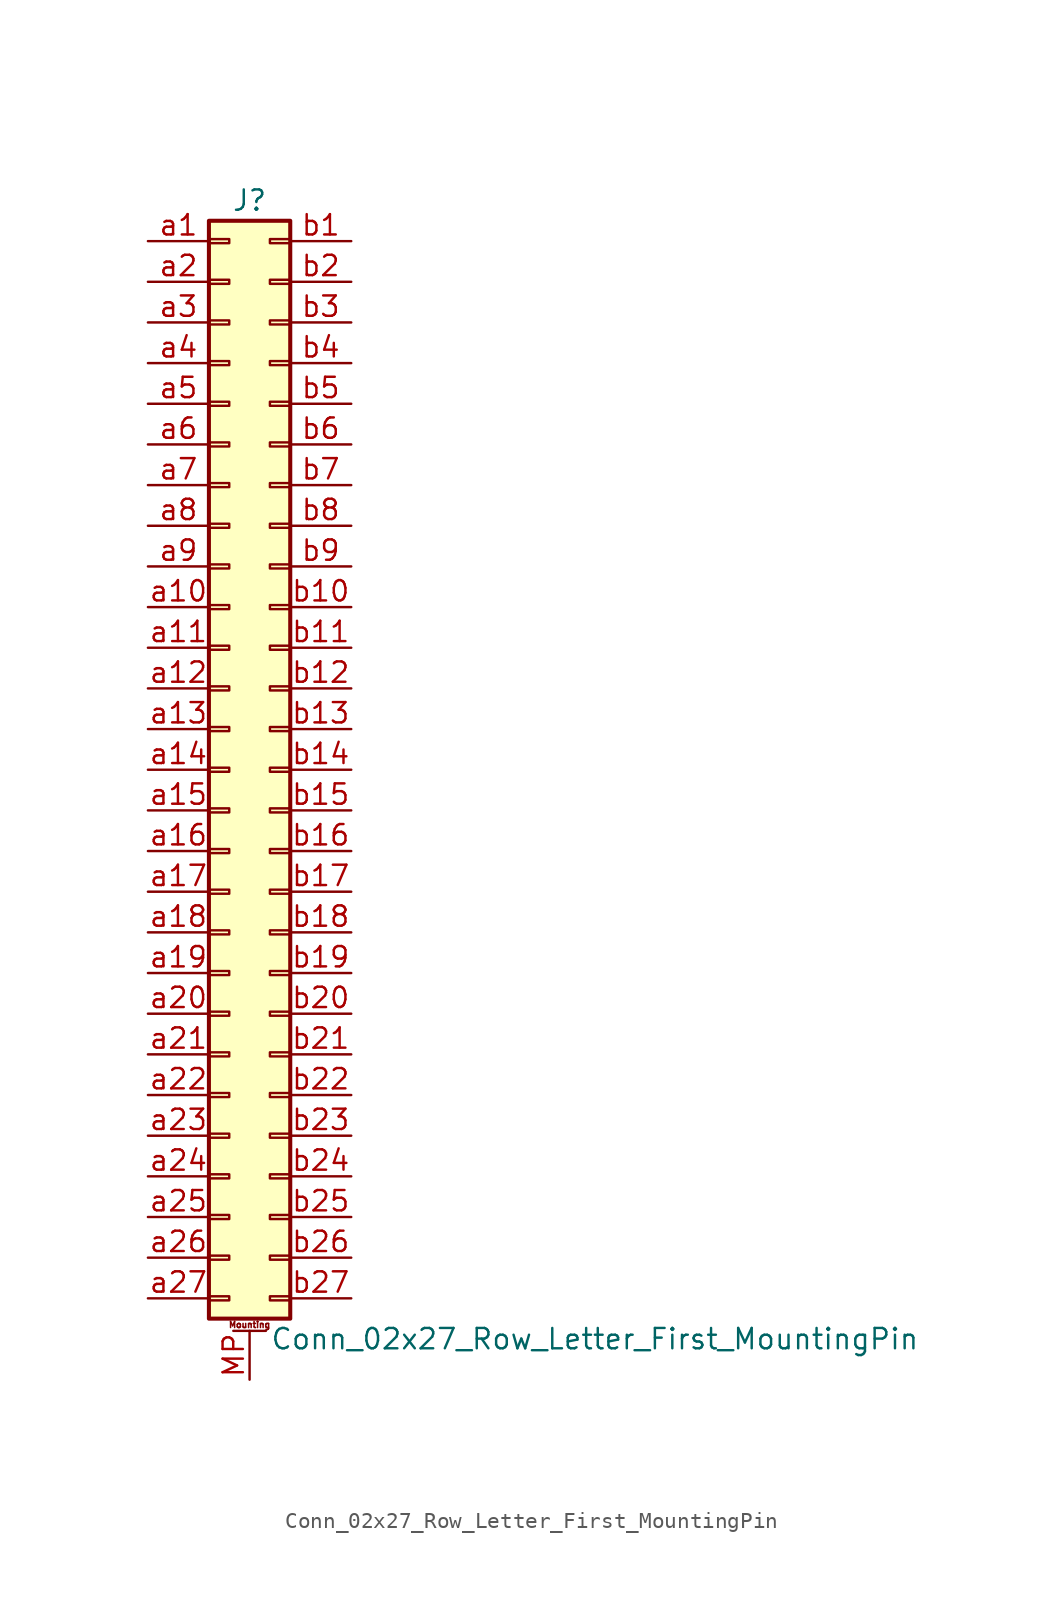
<source format=kicad_sym>
(kicad_symbol_lib
  (version 20201005)
  (generator kicad_symbol_editor)
  (symbol "Conn_02x27_Row_Letter_First_MountingPin"
    (pin_names
      (offset 1.016) hide)
    (property "Reference" "J"
      (at 1.27 35.56 0)
      (effects (font (size 1.27 1.27))))
    (property "Value" "Conn_02x27_Row_Letter_First_MountingPin"
      (at 2.54 -35.56 0)
      (effects (font (size 1.27 1.27)) (justify left)))
    (symbol "Conn_02x27_Row_Letter_First_MountingPin_1_1"
      (text "Mounting" (at 1.27 -34.671 0) (effects (font (size 0.381 0.381))))
      (rectangle (start -1.27 -32.893) (end 0 -33.147) (stroke (width 0.152)) (fill (type none)))
      (rectangle (start -1.27 -30.353) (end 0 -30.607) (stroke (width 0.152)) (fill (type none)))
      (rectangle (start -1.27 -27.813) (end 0 -28.067) (stroke (width 0.152)) (fill (type none)))
      (rectangle (start -1.27 -25.273) (end 0 -25.527) (stroke (width 0.152)) (fill (type none)))
      (rectangle (start -1.27 -22.733) (end 0 -22.987) (stroke (width 0.152)) (fill (type none)))
      (rectangle (start -1.27 -20.193) (end 0 -20.447) (stroke (width 0.152)) (fill (type none)))
      (rectangle (start -1.27 -17.653) (end 0 -17.907) (stroke (width 0.152)) (fill (type none)))
      (rectangle (start -1.27 -15.113) (end 0 -15.367) (stroke (width 0.152)) (fill (type none)))
      (rectangle (start -1.27 -12.573) (end 0 -12.827) (stroke (width 0.152)) (fill (type none)))
      (rectangle (start -1.27 -10.033) (end 0 -10.287) (stroke (width 0.152)) (fill (type none)))
      (rectangle (start -1.27 -7.493) (end 0 -7.747) (stroke (width 0.152)) (fill (type none)))
      (rectangle (start -1.27 -4.953) (end 0 -5.207) (stroke (width 0.152)) (fill (type none)))
      (rectangle (start -1.27 -2.413) (end 0 -2.667) (stroke (width 0.152)) (fill (type none)))
      (rectangle (start -1.27 0.127) (end 0 -0.127) (stroke (width 0.152)) (fill (type none)))
      (rectangle (start -1.27 2.667) (end 0 2.413) (stroke (width 0.152)) (fill (type none)))
      (rectangle (start -1.27 5.207) (end 0 4.953) (stroke (width 0.152)) (fill (type none)))
      (rectangle (start -1.27 7.747) (end 0 7.493) (stroke (width 0.152)) (fill (type none)))
      (rectangle (start -1.27 10.287) (end 0 10.033) (stroke (width 0.152)) (fill (type none)))
      (rectangle (start -1.27 12.827) (end 0 12.573) (stroke (width 0.152)) (fill (type none)))
      (rectangle (start -1.27 15.367) (end 0 15.113) (stroke (width 0.152)) (fill (type none)))
      (rectangle (start -1.27 17.907) (end 0 17.653) (stroke (width 0.152)) (fill (type none)))
      (rectangle (start -1.27 20.447) (end 0 20.193) (stroke (width 0.152)) (fill (type none)))
      (rectangle (start -1.27 22.987) (end 0 22.733) (stroke (width 0.152)) (fill (type none)))
      (rectangle (start -1.27 25.527) (end 0 25.273) (stroke (width 0.152)) (fill (type none)))
      (rectangle (start -1.27 28.067) (end 0 27.813) (stroke (width 0.152)) (fill (type none)))
      (rectangle (start -1.27 30.607) (end 0 30.353) (stroke (width 0.152)) (fill (type none)))
      (rectangle (start -1.27 33.147) (end 0 32.893) (stroke (width 0.152)) (fill (type none)))
      (rectangle (start -1.27 34.29) (end 3.81 -34.29) (stroke (width 0.254)) (fill (type background)))
      (rectangle (start 3.81 -32.893) (end 2.54 -33.147) (stroke (width 0.152)) (fill (type none)))
      (rectangle (start 3.81 -30.353) (end 2.54 -30.607) (stroke (width 0.152)) (fill (type none)))
      (rectangle (start 3.81 -27.813) (end 2.54 -28.067) (stroke (width 0.152)) (fill (type none)))
      (rectangle (start 3.81 -25.273) (end 2.54 -25.527) (stroke (width 0.152)) (fill (type none)))
      (rectangle (start 3.81 -22.733) (end 2.54 -22.987) (stroke (width 0.152)) (fill (type none)))
      (rectangle (start 3.81 -20.193) (end 2.54 -20.447) (stroke (width 0.152)) (fill (type none)))
      (rectangle (start 3.81 -17.653) (end 2.54 -17.907) (stroke (width 0.152)) (fill (type none)))
      (rectangle (start 3.81 -15.113) (end 2.54 -15.367) (stroke (width 0.152)) (fill (type none)))
      (rectangle (start 3.81 -12.573) (end 2.54 -12.827) (stroke (width 0.152)) (fill (type none)))
      (rectangle (start 3.81 -10.033) (end 2.54 -10.287) (stroke (width 0.152)) (fill (type none)))
      (rectangle (start 3.81 -7.493) (end 2.54 -7.747) (stroke (width 0.152)) (fill (type none)))
      (rectangle (start 3.81 -4.953) (end 2.54 -5.207) (stroke (width 0.152)) (fill (type none)))
      (rectangle (start 3.81 -2.413) (end 2.54 -2.667) (stroke (width 0.152)) (fill (type none)))
      (rectangle (start 3.81 0.127) (end 2.54 -0.127) (stroke (width 0.152)) (fill (type none)))
      (rectangle (start 3.81 2.667) (end 2.54 2.413) (stroke (width 0.152)) (fill (type none)))
      (rectangle (start 3.81 5.207) (end 2.54 4.953) (stroke (width 0.152)) (fill (type none)))
      (rectangle (start 3.81 7.747) (end 2.54 7.493) (stroke (width 0.152)) (fill (type none)))
      (rectangle (start 3.81 10.287) (end 2.54 10.033) (stroke (width 0.152)) (fill (type none)))
      (rectangle (start 3.81 12.827) (end 2.54 12.573) (stroke (width 0.152)) (fill (type none)))
      (rectangle (start 3.81 15.367) (end 2.54 15.113) (stroke (width 0.152)) (fill (type none)))
      (rectangle (start 3.81 17.907) (end 2.54 17.653) (stroke (width 0.152)) (fill (type none)))
      (rectangle (start 3.81 20.447) (end 2.54 20.193) (stroke (width 0.152)) (fill (type none)))
      (rectangle (start 3.81 22.987) (end 2.54 22.733) (stroke (width 0.152)) (fill (type none)))
      (rectangle (start 3.81 25.527) (end 2.54 25.273) (stroke (width 0.152)) (fill (type none)))
      (rectangle (start 3.81 28.067) (end 2.54 27.813) (stroke (width 0.152)) (fill (type none)))
      (rectangle (start 3.81 30.607) (end 2.54 30.353) (stroke (width 0.152)) (fill (type none)))
      (rectangle (start 3.81 33.147) (end 2.54 32.893) (stroke (width 0.152)) (fill (type none)))
      (polyline (pts (xy 0.254 -35.052) (xy 2.286 -35.052)) (stroke (width 0.152)) (fill (type none)))
      (pin passive line (at 1.27 -38.1 90) (length 3.048) (name "MountPin" (effects (font (size 1.27 1.27)))) (number "MP" (effects (font (size 1.27 1.27)))))
      (pin passive line (at -5.08 33.02 0) (length 3.81) (name "Pin_a1" (effects (font (size 1.27 1.27)))) (number "a1" (effects (font (size 1.27 1.27)))))
      (pin passive line (at -5.08 10.16 0) (length 3.81) (name "Pin_a10" (effects (font (size 1.27 1.27)))) (number "a10" (effects (font (size 1.27 1.27)))))
      (pin passive line (at -5.08 7.62 0) (length 3.81) (name "Pin_a11" (effects (font (size 1.27 1.27)))) (number "a11" (effects (font (size 1.27 1.27)))))
      (pin passive line (at -5.08 5.08 0) (length 3.81) (name "Pin_a12" (effects (font (size 1.27 1.27)))) (number "a12" (effects (font (size 1.27 1.27)))))
      (pin passive line (at -5.08 2.54 0) (length 3.81) (name "Pin_a13" (effects (font (size 1.27 1.27)))) (number "a13" (effects (font (size 1.27 1.27)))))
      (pin passive line (at -5.08 0 0) (length 3.81) (name "Pin_a14" (effects (font (size 1.27 1.27)))) (number "a14" (effects (font (size 1.27 1.27)))))
      (pin passive line (at -5.08 -2.54 0) (length 3.81) (name "Pin_a15" (effects (font (size 1.27 1.27)))) (number "a15" (effects (font (size 1.27 1.27)))))
      (pin passive line (at -5.08 -5.08 0) (length 3.81) (name "Pin_a16" (effects (font (size 1.27 1.27)))) (number "a16" (effects (font (size 1.27 1.27)))))
      (pin passive line (at -5.08 -7.62 0) (length 3.81) (name "Pin_a17" (effects (font (size 1.27 1.27)))) (number "a17" (effects (font (size 1.27 1.27)))))
      (pin passive line (at -5.08 -10.16 0) (length 3.81) (name "Pin_a18" (effects (font (size 1.27 1.27)))) (number "a18" (effects (font (size 1.27 1.27)))))
      (pin passive line (at -5.08 -12.7 0) (length 3.81) (name "Pin_a19" (effects (font (size 1.27 1.27)))) (number "a19" (effects (font (size 1.27 1.27)))))
      (pin passive line (at -5.08 30.48 0) (length 3.81) (name "Pin_a2" (effects (font (size 1.27 1.27)))) (number "a2" (effects (font (size 1.27 1.27)))))
      (pin passive line (at -5.08 -15.24 0) (length 3.81) (name "Pin_a20" (effects (font (size 1.27 1.27)))) (number "a20" (effects (font (size 1.27 1.27)))))
      (pin passive line (at -5.08 -17.78 0) (length 3.81) (name "Pin_a21" (effects (font (size 1.27 1.27)))) (number "a21" (effects (font (size 1.27 1.27)))))
      (pin passive line (at -5.08 -20.32 0) (length 3.81) (name "Pin_a22" (effects (font (size 1.27 1.27)))) (number "a22" (effects (font (size 1.27 1.27)))))
      (pin passive line (at -5.08 -22.86 0) (length 3.81) (name "Pin_a23" (effects (font (size 1.27 1.27)))) (number "a23" (effects (font (size 1.27 1.27)))))
      (pin passive line (at -5.08 -25.4 0) (length 3.81) (name "Pin_a24" (effects (font (size 1.27 1.27)))) (number "a24" (effects (font (size 1.27 1.27)))))
      (pin passive line (at -5.08 -27.94 0) (length 3.81) (name "Pin_a25" (effects (font (size 1.27 1.27)))) (number "a25" (effects (font (size 1.27 1.27)))))
      (pin passive line (at -5.08 -30.48 0) (length 3.81) (name "Pin_a26" (effects (font (size 1.27 1.27)))) (number "a26" (effects (font (size 1.27 1.27)))))
      (pin passive line (at -5.08 -33.02 0) (length 3.81) (name "Pin_a27" (effects (font (size 1.27 1.27)))) (number "a27" (effects (font (size 1.27 1.27)))))
      (pin passive line (at -5.08 27.94 0) (length 3.81) (name "Pin_a3" (effects (font (size 1.27 1.27)))) (number "a3" (effects (font (size 1.27 1.27)))))
      (pin passive line (at -5.08 25.4 0) (length 3.81) (name "Pin_a4" (effects (font (size 1.27 1.27)))) (number "a4" (effects (font (size 1.27 1.27)))))
      (pin passive line (at -5.08 22.86 0) (length 3.81) (name "Pin_a5" (effects (font (size 1.27 1.27)))) (number "a5" (effects (font (size 1.27 1.27)))))
      (pin passive line (at -5.08 20.32 0) (length 3.81) (name "Pin_a6" (effects (font (size 1.27 1.27)))) (number "a6" (effects (font (size 1.27 1.27)))))
      (pin passive line (at -5.08 17.78 0) (length 3.81) (name "Pin_a7" (effects (font (size 1.27 1.27)))) (number "a7" (effects (font (size 1.27 1.27)))))
      (pin passive line (at -5.08 15.24 0) (length 3.81) (name "Pin_a8" (effects (font (size 1.27 1.27)))) (number "a8" (effects (font (size 1.27 1.27)))))
      (pin passive line (at -5.08 12.7 0) (length 3.81) (name "Pin_a9" (effects (font (size 1.27 1.27)))) (number "a9" (effects (font (size 1.27 1.27)))))
      (pin passive line (at 7.62 33.02 180) (length 3.81) (name "Pin_b1" (effects (font (size 1.27 1.27)))) (number "b1" (effects (font (size 1.27 1.27)))))
      (pin passive line (at 7.62 10.16 180) (length 3.81) (name "Pin_b10" (effects (font (size 1.27 1.27)))) (number "b10" (effects (font (size 1.27 1.27)))))
      (pin passive line (at 7.62 7.62 180) (length 3.81) (name "Pin_b11" (effects (font (size 1.27 1.27)))) (number "b11" (effects (font (size 1.27 1.27)))))
      (pin passive line (at 7.62 5.08 180) (length 3.81) (name "Pin_b12" (effects (font (size 1.27 1.27)))) (number "b12" (effects (font (size 1.27 1.27)))))
      (pin passive line (at 7.62 2.54 180) (length 3.81) (name "Pin_b13" (effects (font (size 1.27 1.27)))) (number "b13" (effects (font (size 1.27 1.27)))))
      (pin passive line (at 7.62 0 180) (length 3.81) (name "Pin_b14" (effects (font (size 1.27 1.27)))) (number "b14" (effects (font (size 1.27 1.27)))))
      (pin passive line (at 7.62 -2.54 180) (length 3.81) (name "Pin_b15" (effects (font (size 1.27 1.27)))) (number "b15" (effects (font (size 1.27 1.27)))))
      (pin passive line (at 7.62 -5.08 180) (length 3.81) (name "Pin_b16" (effects (font (size 1.27 1.27)))) (number "b16" (effects (font (size 1.27 1.27)))))
      (pin passive line (at 7.62 -7.62 180) (length 3.81) (name "Pin_b17" (effects (font (size 1.27 1.27)))) (number "b17" (effects (font (size 1.27 1.27)))))
      (pin passive line (at 7.62 -10.16 180) (length 3.81) (name "Pin_b18" (effects (font (size 1.27 1.27)))) (number "b18" (effects (font (size 1.27 1.27)))))
      (pin passive line (at 7.62 -12.7 180) (length 3.81) (name "Pin_b19" (effects (font (size 1.27 1.27)))) (number "b19" (effects (font (size 1.27 1.27)))))
      (pin passive line (at 7.62 30.48 180) (length 3.81) (name "Pin_b2" (effects (font (size 1.27 1.27)))) (number "b2" (effects (font (size 1.27 1.27)))))
      (pin passive line (at 7.62 -15.24 180) (length 3.81) (name "Pin_b20" (effects (font (size 1.27 1.27)))) (number "b20" (effects (font (size 1.27 1.27)))))
      (pin passive line (at 7.62 -17.78 180) (length 3.81) (name "Pin_b21" (effects (font (size 1.27 1.27)))) (number "b21" (effects (font (size 1.27 1.27)))))
      (pin passive line (at 7.62 -20.32 180) (length 3.81) (name "Pin_b22" (effects (font (size 1.27 1.27)))) (number "b22" (effects (font (size 1.27 1.27)))))
      (pin passive line (at 7.62 -22.86 180) (length 3.81) (name "Pin_b23" (effects (font (size 1.27 1.27)))) (number "b23" (effects (font (size 1.27 1.27)))))
      (pin passive line (at 7.62 -25.4 180) (length 3.81) (name "Pin_b24" (effects (font (size 1.27 1.27)))) (number "b24" (effects (font (size 1.27 1.27)))))
      (pin passive line (at 7.62 -27.94 180) (length 3.81) (name "Pin_b25" (effects (font (size 1.27 1.27)))) (number "b25" (effects (font (size 1.27 1.27)))))
      (pin passive line (at 7.62 -30.48 180) (length 3.81) (name "Pin_b26" (effects (font (size 1.27 1.27)))) (number "b26" (effects (font (size 1.27 1.27)))))
      (pin passive line (at 7.62 -33.02 180) (length 3.81) (name "Pin_b27" (effects (font (size 1.27 1.27)))) (number "b27" (effects (font (size 1.27 1.27)))))
      (pin passive line (at 7.62 27.94 180) (length 3.81) (name "Pin_b3" (effects (font (size 1.27 1.27)))) (number "b3" (effects (font (size 1.27 1.27)))))
      (pin passive line (at 7.62 25.4 180) (length 3.81) (name "Pin_b4" (effects (font (size 1.27 1.27)))) (number "b4" (effects (font (size 1.27 1.27)))))
      (pin passive line (at 7.62 22.86 180) (length 3.81) (name "Pin_b5" (effects (font (size 1.27 1.27)))) (number "b5" (effects (font (size 1.27 1.27)))))
      (pin passive line (at 7.62 20.32 180) (length 3.81) (name "Pin_b6" (effects (font (size 1.27 1.27)))) (number "b6" (effects (font (size 1.27 1.27)))))
      (pin passive line (at 7.62 17.78 180) (length 3.81) (name "Pin_b7" (effects (font (size 1.27 1.27)))) (number "b7" (effects (font (size 1.27 1.27)))))
      (pin passive line (at 7.62 15.24 180) (length 3.81) (name "Pin_b8" (effects (font (size 1.27 1.27)))) (number "b8" (effects (font (size 1.27 1.27)))))
      (pin passive line (at 7.62 12.7 180) (length 3.81) (name "Pin_b9" (effects (font (size 1.27 1.27)))) (number "b9" (effects (font (size 1.27 1.27))))))))
</source>
